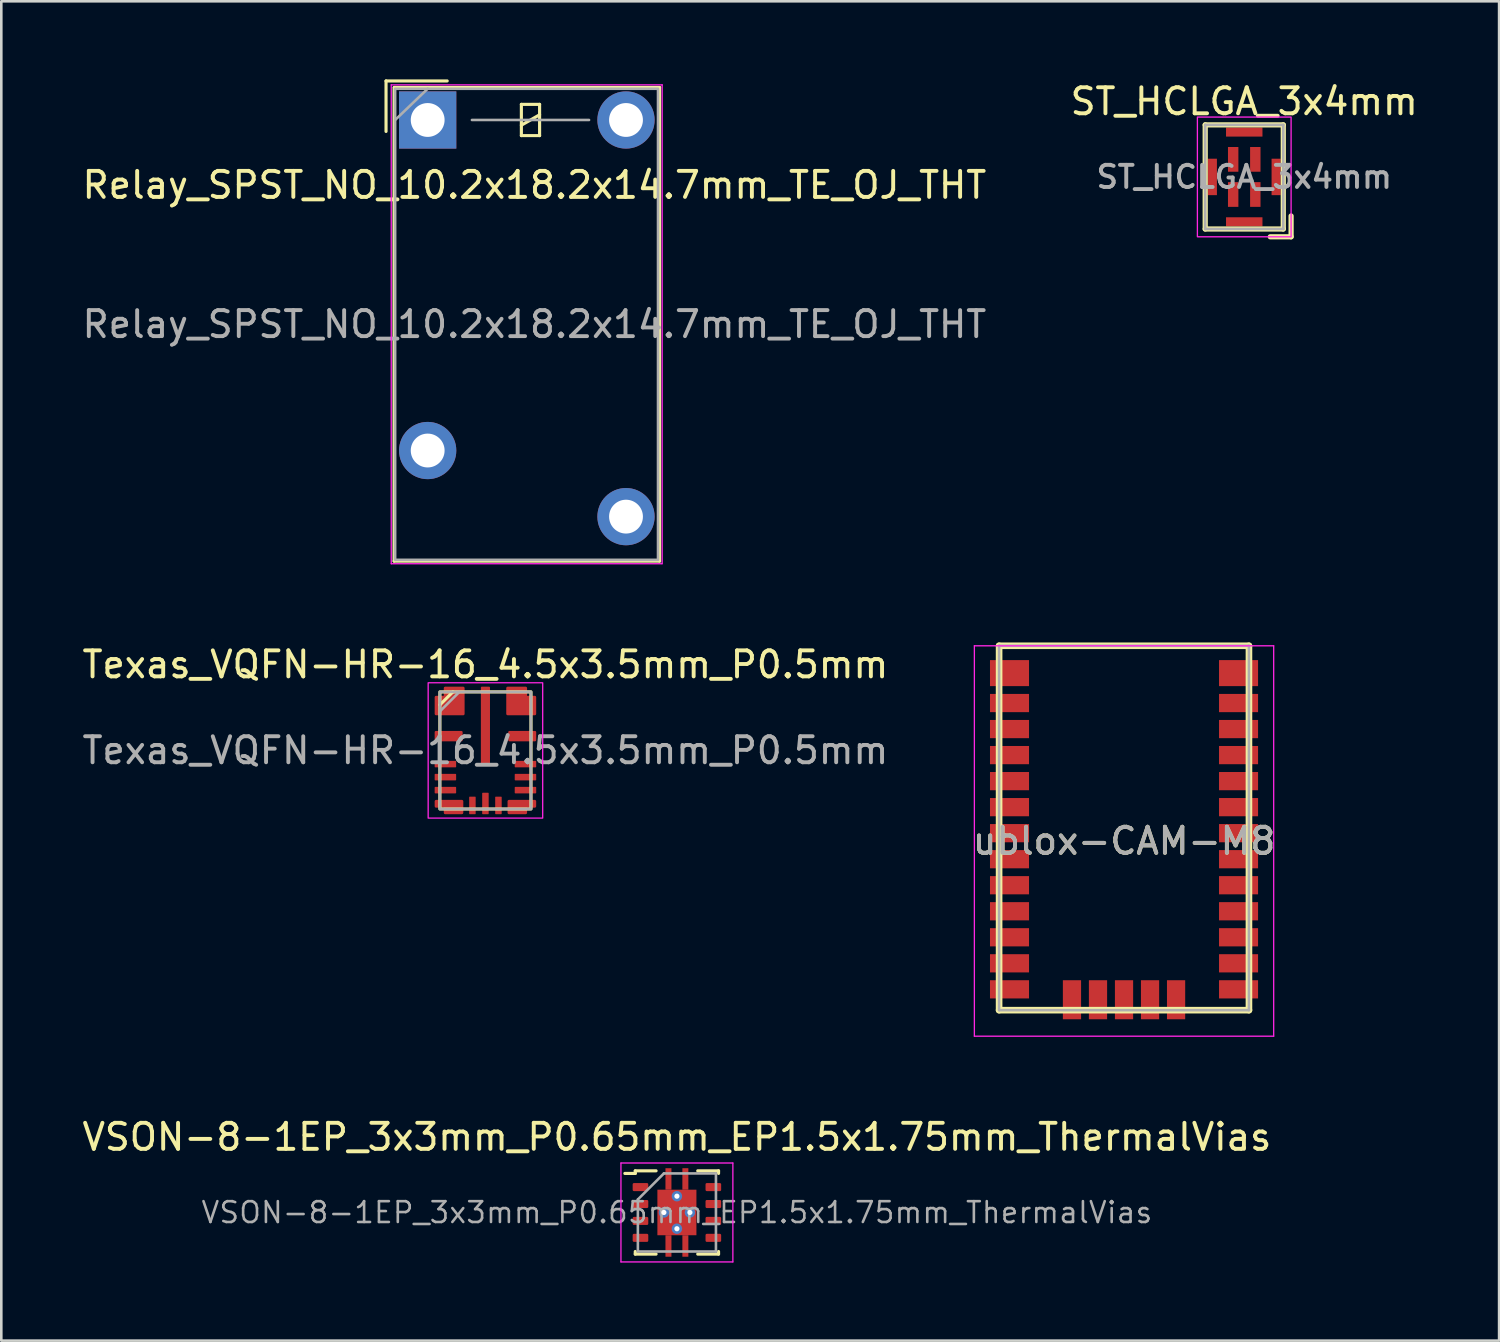
<source format=kicad_pcb>
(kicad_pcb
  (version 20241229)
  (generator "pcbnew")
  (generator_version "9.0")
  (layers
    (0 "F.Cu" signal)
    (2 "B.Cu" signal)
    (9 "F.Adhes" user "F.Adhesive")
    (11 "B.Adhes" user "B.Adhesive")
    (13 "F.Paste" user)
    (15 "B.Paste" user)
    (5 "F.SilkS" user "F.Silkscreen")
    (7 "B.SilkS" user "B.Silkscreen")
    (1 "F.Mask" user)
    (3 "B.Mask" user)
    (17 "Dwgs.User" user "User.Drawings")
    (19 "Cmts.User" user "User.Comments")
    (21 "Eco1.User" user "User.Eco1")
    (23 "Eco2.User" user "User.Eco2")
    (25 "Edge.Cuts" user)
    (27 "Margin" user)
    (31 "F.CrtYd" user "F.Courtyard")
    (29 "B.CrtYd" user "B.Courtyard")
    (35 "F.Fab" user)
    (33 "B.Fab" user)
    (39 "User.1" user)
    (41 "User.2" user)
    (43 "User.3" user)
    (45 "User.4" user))
  (footprint "ST_HCLGA_3x4mm"
    (layer "F.Cu")
    (at 44.756 3.748)
    (property "Reference" "ST_HCLGA_3x4mm" (at 0 -2.9 0) (unlocked yes) (layer "F.SilkS") (effects (font (size 1 1) (thickness 0.15))))
    (attr smd)
    (fp_line (start -1.5 -2) (end 1.5 -2) (stroke (width 0.2) (type default)) (layer "F.SilkS"))
    (fp_line (start -1.5 2) (end -1.5 -2) (stroke (width 0.2) (type default)) (layer "F.SilkS"))
    (fp_line (start 1.5 -2) (end 1.5 2) (stroke (width 0.2) (type default)) (layer "F.SilkS"))
    (fp_line (start 1.5 2) (end -1.5 2) (stroke (width 0.2) (type default)) (layer "F.SilkS"))
    (fp_line (start 1.8 1.5) (end 1.8 2.3) (stroke (width 0.2) (type default)) (layer "F.SilkS"))
    (fp_line (start 1.8 2.3) (end 1 2.3) (stroke (width 0.2) (type default)) (layer "F.SilkS"))
    (fp_rect (start -1.8 -2.3) (end 1.8 2.3) (stroke (width 0.05) (type default)) (fill no) (layer "F.CrtYd"))
    (fp_line (start -1.5 -2) (end 1.5 -2) (stroke (width 0.1) (type default)) (layer "F.Fab"))
    (fp_line (start -1.5 2) (end -1.5 -2) (stroke (width 0.1) (type default)) (layer "F.Fab"))
    (fp_line (start 1.5 -2) (end 1.5 2) (stroke (width 0.1) (type default)) (layer "F.Fab"))
    (fp_line (start 1.5 2) (end -1.5 2) (stroke (width 0.1) (type default)) (layer "F.Fab"))
    (fp_text user "${REFERENCE}" (at 0 0 0) (unlocked yes) (layer "F.Fab") (effects (font (size 0.85 0.85) (thickness 0.15))))
    (pad "1" smd rect (at 0.425 0.675 90) (size 0.95 0.4) (layers "F.Cu" "F.Mask" "F.Paste"))
    (pad "2" smd rect (at 0.425 -0.675 90) (size 0.95 0.4) (layers "F.Cu" "F.Mask" "F.Paste"))
    (pad "3" smd rect (at -0.425 -0.675 90) (size 0.95 0.4) (layers "F.Cu" "F.Mask" "F.Paste"))
    (pad "4" smd rect (at -0.425 0.675 90) (size 0.95 0.4) (layers "F.Cu" "F.Mask" "F.Paste"))
    (pad "5" smd rect (at -1.225 0 270) (size 1.4 0.35) (layers "F.Cu" "F.Mask" "F.Paste"))
    (pad "5" smd rect (at 0 -1.725) (size 1.4 0.35) (layers "F.Cu" "F.Mask" "F.Paste"))
    (pad "5" smd rect (at 0 1.725) (size 1.4 0.35) (layers "F.Cu" "F.Mask" "F.Paste"))
    (pad "5" smd rect (at 1.225 0 270) (size 1.4 0.35) (layers "F.Cu" "F.Mask" "F.Paste")))
  (footprint "ublox-CAM-M8"
    (layer "F.Cu")
    (at 40.137 35.762)
    (property "Reference" "ublox-CAM-M8" (at 0 -6.5 0) (unlocked yes) (layer "F.SilkS") (effects (font (size 1 1) (thickness 0.15))))
    (attr smd)
    (fp_line (start -4.8 -14) (end -4.8 0) (stroke (width 0.254) (type solid)) (layer "F.SilkS"))
    (fp_line (start -4.8 0) (end 4.8 0) (stroke (width 0.254) (type solid)) (layer "F.SilkS"))
    (fp_line (start 4.8 -14) (end -4.8 -14) (stroke (width 0.254) (type solid)) (layer "F.SilkS"))
    (fp_line (start 4.8 0) (end 4.8 -14) (stroke (width 0.254) (type solid)) (layer "F.SilkS"))
    (fp_line (start -5.75 -14) (end 5.75 -14) (stroke (width 0.05) (type solid)) (layer "F.CrtYd"))
    (fp_line (start -5.75 1) (end -5.75 -14) (stroke (width 0.05) (type solid)) (layer "F.CrtYd"))
    (fp_line (start 5.75 -14) (end 5.75 1) (stroke (width 0.05) (type solid)) (layer "F.CrtYd"))
    (fp_line (start 5.75 1) (end -5.75 1) (stroke (width 0.05) (type solid)) (layer "F.CrtYd"))
    (fp_line (start -4.8 -14) (end 4.8 -14) (stroke (width 0.1) (type solid)) (layer "F.Fab"))
    (fp_line (start -4.8 0) (end -4.8 -14) (stroke (width 0.1) (type solid)) (layer "F.Fab"))
    (fp_line (start 4.8 -14) (end 4.8 0) (stroke (width 0.1) (type solid)) (layer "F.Fab"))
    (fp_line (start 4.8 0) (end -4.8 0) (stroke (width 0.1) (type solid)) (layer "F.Fab"))
    (fp_text user "${REFERENCE}" (at 0 -6.5 0) (unlocked yes) (layer "F.Fab") (effects (font (size 1 1) (thickness 0.15))))
    (pad "1" smd rect (at 4.4 -0.8) (size 1.5 0.7) (layers "F.Cu" "F.Mask" "F.Paste"))
    (pad "2" smd rect (at 4.4 -1.8) (size 1.5 0.7) (layers "F.Cu" "F.Mask" "F.Paste"))
    (pad "3" smd rect (at 4.4 -2.8) (size 1.5 0.7) (layers "F.Cu" "F.Mask" "F.Paste"))
    (pad "4" smd rect (at 4.4 -3.8) (size 1.5 0.7) (layers "F.Cu" "F.Mask" "F.Paste"))
    (pad "5" smd rect (at 4.4 -4.8) (size 1.5 0.7) (layers "F.Cu" "F.Mask" "F.Paste"))
    (pad "6" smd rect (at 4.4 -5.8) (size 1.5 0.7) (layers "F.Cu" "F.Mask" "F.Paste"))
    (pad "7" smd rect (at 4.4 -6.8) (size 1.5 0.7) (layers "F.Cu" "F.Mask" "F.Paste"))
    (pad "8" smd rect (at 4.4 -7.8) (size 1.5 0.7) (layers "F.Cu" "F.Mask" "F.Paste"))
    (pad "9" smd rect (at 4.4 -8.8) (size 1.5 0.7) (layers "F.Cu" "F.Mask" "F.Paste"))
    (pad "10" smd rect (at 4.4 -9.8) (size 1.5 0.7) (layers "F.Cu" "F.Mask" "F.Paste"))
    (pad "11" smd rect (at 4.4 -10.8) (size 1.5 0.7) (layers "F.Cu" "F.Mask" "F.Paste"))
    (pad "12" smd rect (at 4.4 -11.8) (size 1.5 0.7) (layers "F.Cu" "F.Mask" "F.Paste"))
    (pad "13" smd rect (at 4.4 -12.95) (size 1.5 1) (layers "F.Cu" "F.Mask" "F.Paste"))
    (pad "14" smd rect (at -4.4 -12.95) (size 1.5 1) (layers "F.Cu" "F.Mask" "F.Paste"))
    (pad "15" smd rect (at -4.4 -11.8) (size 1.5 0.7) (layers "F.Cu" "F.Mask" "F.Paste"))
    (pad "16" smd rect (at -4.4 -10.8) (size 1.5 0.7) (layers "F.Cu" "F.Mask" "F.Paste"))
    (pad "17" smd rect (at -4.4 -9.8) (size 1.5 0.7) (layers "F.Cu" "F.Mask" "F.Paste"))
    (pad "18" smd rect (at -4.4 -8.8) (size 1.5 0.7) (layers "F.Cu" "F.Mask" "F.Paste"))
    (pad "19" smd rect (at -4.4 -7.8) (size 1.5 0.7) (layers "F.Cu" "F.Mask" "F.Paste"))
    (pad "20" smd rect (at -4.4 -6.8) (size 1.5 0.7) (layers "F.Cu" "F.Mask" "F.Paste"))
    (pad "21" smd rect (at -4.4 -5.8) (size 1.5 0.7) (layers "F.Cu" "F.Mask" "F.Paste"))
    (pad "22" smd rect (at -4.4 -4.8) (size 1.5 0.7) (layers "F.Cu" "F.Mask" "F.Paste"))
    (pad "23" smd rect (at -4.4 -3.8) (size 1.5 0.7) (layers "F.Cu" "F.Mask" "F.Paste"))
    (pad "24" smd rect (at -4.4 -2.8) (size 1.5 0.7) (layers "F.Cu" "F.Mask" "F.Paste"))
    (pad "25" smd rect (at -4.4 -1.8) (size 1.5 0.7) (layers "F.Cu" "F.Mask" "F.Paste"))
    (pad "26" smd rect (at -4.4 -0.8) (size 1.5 0.7) (layers "F.Cu" "F.Mask" "F.Paste"))
    (pad "27" smd rect (at -2 -0.4 90) (size 1.5 0.7) (layers "F.Cu" "F.Mask" "F.Paste"))
    (pad "28" smd rect (at -1 -0.4 90) (size 1.5 0.7) (layers "F.Cu" "F.Mask" "F.Paste"))
    (pad "29" smd rect (at 0 -0.4 90) (size 1.5 0.7) (layers "F.Cu" "F.Mask" "F.Paste"))
    (pad "30" smd rect (at 1 -0.4 90) (size 1.5 0.7) (layers "F.Cu" "F.Mask" "F.Paste"))
    (pad "31" smd rect (at 2 -0.4 90) (size 1.5 0.7) (layers "F.Cu" "F.Mask" "F.Paste"))
    (zone (net_name "") (layers "F.Cu" "B.Cu") (hatch edge 0.508) (connect_pads) (min_thickness 0.254) (filled_areas_thickness no) (keepout (tracks not_allowed) (vias not_allowed) (pads not_allowed) (copperpour not_allowed) (footprints allowed)) (placement (enabled no)) (fill) (polygon (pts (xy 43.737 26.562) (xy 36.537 26.562) (xy 36.537 21.762) (xy 43.737 21.762)))))
  (footprint "Texas_VQFN-HR-16_4.5x3.5mm_P0.5mm"
    (layer "F.Cu")
    (at 15.601 25.783)
    (property "Reference" "Texas_VQFN-HR-16_4.5x3.5mm_P0.5mm" (at 0 -3.3 0) (unlocked yes) (layer "F.SilkS") (effects (font (size 1 1) (thickness 0.15))))
    (attr smd)
    (fp_line (start -1.25 -2.25) (end -1.75 -1.75) (stroke (width 0.12) (type default)) (layer "F.SilkS"))
    (fp_rect (start -1.75 -2.25) (end 1.75 2.25) (stroke (width 0.12) (type default)) (fill no) (layer "F.SilkS"))
    (fp_rect (start -2.2 -2.6) (end 2.2 2.6) (stroke (width 0.05) (type default)) (fill no) (layer "F.CrtYd"))
    (fp_line (start -1 -2.25) (end -1.75 -1.5) (stroke (width 0.1) (type default)) (layer "F.Fab"))
    (fp_rect (start -1.75 -2.25) (end 1.75 2.25) (stroke (width 0.1) (type default)) (fill no) (layer "F.Fab"))
    (fp_text user "${REFERENCE}" (at 0 0 0) (unlocked yes) (layer "F.Fab") (effects (font (size 1 1) (thickness 0.15))))
    (pad "1" smd custom (at -1.375 -1.9) (size 0.2 0.2) (layers "F.Cu" "F.Mask" "F.Paste") (options (anchor rect)) (primitives (gr_poly (pts (xy -0.525 0.5) (xy -0.525 -0.15) (xy -0.175 -0.15) (xy -0.175 -0.5) (xy 0.525 -0.5) (xy 0.525 0.5)) (width 0.1) (fill yes))))
    (pad "2" smd roundrect (at -1.413 -0.55) (size 1.075 0.4) (layers "F.Cu" "F.Mask" "F.Paste") (roundrect_rratio 0.125))
    (pad "3" smd roundrect (at -1.538 0.525) (size 0.825 0.25) (layers "F.Cu" "F.Mask" "F.Paste") (roundrect_rratio 0.1))
    (pad "4" smd roundrect (at -1.538 1.025) (size 0.825 0.25) (layers "F.Cu" "F.Mask" "F.Paste") (roundrect_rratio 0.1))
    (pad "5" smd roundrect (at -1.538 1.525) (size 0.825 0.25) (layers "F.Cu" "F.Mask" "F.Paste") (roundrect_rratio 0.1))
    (pad "6" smd custom (at -1.4 2.175) (size 0.1 0.1) (layers "F.Cu" "F.Mask" "F.Paste") (options (anchor rect)) (primitives (gr_poly (pts (xy -0.5 -0.225) (xy 0.5 -0.225) (xy 0.5 0.225) (xy -0.15 0.225) (xy -0.15 -0.025) (xy -0.5 -0.025)) (width 0.1) (fill yes))))
    (pad "7" smd roundrect (at -0.5 2.113 90) (size 0.675 0.25) (layers "F.Cu" "F.Mask" "F.Paste") (roundrect_rratio 0.1))
    (pad "8" smd roundrect (at 0 2.038 90) (size 0.825 0.25) (layers "F.Cu" "F.Mask" "F.Paste") (roundrect_rratio 0.1))
    (pad "9" smd roundrect (at 0.5 2.113 90) (size 0.675 0.25) (layers "F.Cu" "F.Mask" "F.Paste") (roundrect_rratio 0.1))
    (pad "10" smd custom (at 1.4 2.175) (size 0.1 0.1) (layers "F.Cu" "F.Mask" "F.Paste") (options (anchor rect)) (primitives (gr_poly (pts (xy 0.5 -0.225) (xy -0.5 -0.225) (xy -0.5 0.225) (xy 0.15 0.225) (xy 0.15 -0.025) (xy 0.5 -0.025)) (width 0.1) (fill yes))))
    (pad "11" smd roundrect (at 1.538 1.525) (size 0.825 0.25) (layers "F.Cu" "F.Mask" "F.Paste") (roundrect_rratio 0.1))
    (pad "12" smd roundrect (at 1.538 1.025) (size 0.825 0.25) (layers "F.Cu" "F.Mask" "F.Paste") (roundrect_rratio 0.1))
    (pad "13" smd roundrect (at 1.538 0.525) (size 0.825 0.25) (layers "F.Cu" "F.Mask" "F.Paste") (roundrect_rratio 0.1))
    (pad "14" smd roundrect (at 1.413 -0.55) (size 1.075 0.4) (layers "F.Cu" "F.Mask" "F.Paste") (roundrect_rratio 0.125))
    (pad "15" smd custom (at 1.375 -1.9) (size 0.2 0.2) (layers "F.Cu" "F.Mask" "F.Paste") (options (anchor rect)) (primitives (gr_poly (pts (xy 0.525 0.5) (xy 0.525 -0.15) (xy 0.175 -0.15) (xy 0.175 -0.5) (xy -0.525 -0.5) (xy -0.525 0.5)) (width 0.1) (fill yes))))
    (pad "16" smd roundrect (at 0 -0.963) (size 0.35 2.975) (layers "F.Cu" "F.Mask" "F.Paste") (roundrect_rratio 0.1)))
  (footprint "VSON-8-1EP_3x3mm_P0.65mm_EP1.5x1.75mm_ThermalVias"
    (layer "F.Cu")
    (at 22.958 43.535)
    (property "Reference" "VSON-8-1EP_3x3mm_P0.65mm_EP1.5x1.75mm_ThermalVias" (at 0 -2.9 0) (layer "F.SilkS") (effects (font (size 1 1) (thickness 0.15))))
    (attr smd)
    (fp_line (start -1.6 -1.6) (end -1.6 -1.5) (stroke (width 0.12) (type solid)) (layer "F.SilkS"))
    (fp_line (start -1.6 -1.5) (end -2 -1.5) (stroke (width 0.12) (type solid)) (layer "F.SilkS"))
    (fp_line (start -1.6 1.5) (end -1.6 1.6) (stroke (width 0.12) (type solid)) (layer "F.SilkS"))
    (fp_line (start -1.6 1.6) (end -0.8 1.6) (stroke (width 0.12) (type solid)) (layer "F.SilkS"))
    (fp_line (start -0.8 -1.6) (end -1.6 -1.6) (stroke (width 0.12) (type solid)) (layer "F.SilkS"))
    (fp_line (start 0.8 -1.6) (end 1.6 -1.6) (stroke (width 0.12) (type solid)) (layer "F.SilkS"))
    (fp_line (start 0.8 1.6) (end 1.6 1.6) (stroke (width 0.12) (type solid)) (layer "F.SilkS"))
    (fp_line (start 1.6 -1.6) (end 1.6 -1.5) (stroke (width 0.12) (type solid)) (layer "F.SilkS"))
    (fp_line (start 1.6 1.6) (end 1.6 1.5) (stroke (width 0.12) (type solid)) (layer "F.SilkS"))
    (fp_rect (start -0.67 -0.775) (end 0.67 0.775) (stroke (width 0) (type solid)) (fill yes) (layer "F.Paste"))
    (fp_line (start -2.15 -1.9) (end 2.15 -1.9) (stroke (width 0.05) (type solid)) (layer "F.CrtYd"))
    (fp_line (start -2.15 1.9) (end -2.15 -1.9) (stroke (width 0.05) (type solid)) (layer "F.CrtYd"))
    (fp_line (start 2.15 -1.9) (end 2.15 1.9) (stroke (width 0.05) (type solid)) (layer "F.CrtYd"))
    (fp_line (start 2.15 1.9) (end -2.15 1.9) (stroke (width 0.05) (type solid)) (layer "F.CrtYd"))
    (fp_line (start -1.5 -0.5) (end -1.5 1.5) (stroke (width 0.1) (type solid)) (layer "F.Fab"))
    (fp_line (start -1.5 -0.5) (end -0.5 -1.5) (stroke (width 0.1) (type solid)) (layer "F.Fab"))
    (fp_line (start -1.5 1.5) (end 1.5 1.5) (stroke (width 0.1) (type solid)) (layer "F.Fab"))
    (fp_line (start -0.5 -1.5) (end 1.5 -1.5) (stroke (width 0.1) (type solid)) (layer "F.Fab"))
    (fp_line (start 1.5 -1.5) (end 1.5 1.5) (stroke (width 0.1) (type solid)) (layer "F.Fab"))
    (fp_text user "${REFERENCE}" (at 0 0 0) (layer "F.Fab") (effects (font (size 0.8 0.8) (thickness 0.1))))
    (pad "1" smd roundrect (at -1.4 -0.975) (size 0.6 0.31) (layers "F.Cu" "F.Mask" "F.Paste") (roundrect_rratio 0.161))
    (pad "2" smd roundrect (at -1.4 -0.325) (size 0.6 0.31) (layers "F.Cu" "F.Mask" "F.Paste") (roundrect_rratio 0.161))
    (pad "3" smd roundrect (at -1.4 0.325) (size 0.6 0.31) (layers "F.Cu" "F.Mask" "F.Paste") (roundrect_rratio 0.161))
    (pad "4" smd roundrect (at -1.4 0.975) (size 0.6 0.31) (layers "F.Cu" "F.Mask" "F.Paste") (roundrect_rratio 0.161))
    (pad "5" smd roundrect (at 1.4 0.975) (size 0.6 0.31) (layers "F.Cu" "F.Mask" "F.Paste") (roundrect_rratio 0.161))
    (pad "6" smd roundrect (at 1.4 0.325) (size 0.6 0.31) (layers "F.Cu" "F.Mask" "F.Paste") (roundrect_rratio 0.161))
    (pad "7" smd roundrect (at 1.4 -0.325) (size 0.6 0.31) (layers "F.Cu" "F.Mask" "F.Paste") (roundrect_rratio 0.161))
    (pad "8" smd roundrect (at 1.4 -0.975) (size 0.6 0.31) (layers "F.Cu" "F.Mask" "F.Paste") (roundrect_rratio 0.161))
    (pad "9" thru_hole circle (at -0.5 0) (size 0.4 0.4) (drill 0.2) (layers "*.Cu"))
    (pad "9" smd rect (at -0.325 -1.288) (size 0.23 0.825) (layers "F.Cu" "F.Mask" "F.Paste"))
    (pad "9" smd rect (at -0.325 1.288) (size 0.23 0.825) (layers "F.Cu" "F.Mask" "F.Paste"))
    (pad "9" thru_hole circle (at 0 -0.625) (size 0.4 0.4) (drill 0.2) (layers "*.Cu"))
    (pad "9" smd rect (at 0 0) (size 1.5 1.75) (layers "F.Cu" "F.Mask"))
    (pad "9" thru_hole circle (at 0 0.625) (size 0.4 0.4) (drill 0.2) (layers "*.Cu"))
    (pad "9" smd rect (at 0.325 -1.288) (size 0.23 0.825) (layers "F.Cu" "F.Mask" "F.Paste"))
    (pad "9" smd rect (at 0.325 1.288) (size 0.23 0.825) (layers "F.Cu" "F.Mask" "F.Paste"))
    (pad "9" thru_hole circle (at 0.5 0) (size 0.4 0.4) (drill 0.2) (layers "*.Cu")))
  (footprint "Relay_SPST_NO_10.2x18.2x14.7mm_TE_OJ_THT"
    (layer "F.Cu")
    (at 13.382 1.56)
    (property "Reference" "Relay_SPST_NO_10.2x18.2x14.7mm_TE_OJ_THT" (at 4.1 2.5 180) (layer "F.SilkS") (effects (font (size 1 1) (thickness 0.15))))
    (attr through_hole)
    (fp_line (start -1.6 -1.5) (end 0.75 -1.5) (stroke (width 0.12) (type solid)) (layer "F.SilkS"))
    (fp_line (start -1.6 0.44) (end -1.6 -1.5) (stroke (width 0.12) (type solid)) (layer "F.SilkS"))
    (fp_line (start -1.29 -1.25) (end -1.29 16.95) (stroke (width 0.12) (type solid)) (layer "F.SilkS"))
    (fp_line (start 3.6 -0.6) (end 3.6 0.6) (stroke (width 0.12) (type solid)) (layer "F.SilkS"))
    (fp_line (start 3.6 0.2) (end 4.3 -0.2) (stroke (width 0.12) (type solid)) (layer "F.SilkS"))
    (fp_line (start 3.6 0.6) (end 4.3 0.6) (stroke (width 0.12) (type solid)) (layer "F.SilkS"))
    (fp_line (start 4.3 -0.6) (end 3.6 -0.6) (stroke (width 0.12) (type solid)) (layer "F.SilkS"))
    (fp_line (start 4.3 0.6) (end 4.3 -0.6) (stroke (width 0.12) (type solid)) (layer "F.SilkS"))
    (fp_line (start 8.91 -1.25) (end -1.28 -1.25) (stroke (width 0.12) (type solid)) (layer "F.SilkS"))
    (fp_line (start 8.91 -1.25) (end 8.91 16.95) (stroke (width 0.12) (type solid)) (layer "F.SilkS"))
    (fp_line (start 8.91 16.95) (end -1.29 16.95) (stroke (width 0.12) (type solid)) (layer "F.SilkS"))
    (fp_line (start -1.4 -1.35) (end -1.4 17.05) (stroke (width 0.05) (type solid)) (layer "F.CrtYd"))
    (fp_line (start 9 17.05) (end -1.4 17.05) (stroke (width 0.05) (type solid)) (layer "F.CrtYd"))
    (fp_line (start 9.01 -1.35) (end -1.4 -1.35) (stroke (width 0.05) (type solid)) (layer "F.CrtYd"))
    (fp_line (start 9.01 17.05) (end 9.01 -1.35) (stroke (width 0.05) (type solid)) (layer "F.CrtYd"))
    (fp_line (start -1.25 0) (end 0 -1.2) (stroke (width 0.1) (type solid)) (layer "F.Fab"))
    (fp_line (start 1.7 0) (end 6.2 0) (stroke (width 0.1) (type solid)) (layer "F.Fab"))
    (fp_rect (start -1.25 -1.2) (end 8.85 16.9) (stroke (width 0.1) (type solid)) (fill no) (layer "F.Fab"))
    (fp_text user "${REFERENCE}" (at 4.1 7.85 180) (layer "F.Fab") (effects (font (size 1 1) (thickness 0.15))))
    (pad "1" thru_hole rect (at 0 0) (size 2.2 2.2) (drill 1.3) (layers "*.Cu" "*.Mask"))
    (pad "3" thru_hole oval (at 0 12.7) (size 2.2 2.2) (drill 1.3) (layers "*.Cu" "*.Mask"))
    (pad "5" thru_hole oval (at 7.62 15.24) (size 2.2 2.2) (drill 1.3) (layers "*.Cu" "*.Mask"))
    (pad "6" thru_hole oval (at 7.62 0) (size 2.2 2.2) (drill 1.3) (layers "*.Cu" "*.Mask")))
  (gr_rect
    (start -3 -3)
    (end 54.548 48.46)
    (stroke (width 0.1) (type default))
    (fill no)
    (layer "Edge.Cuts")))
</source>
